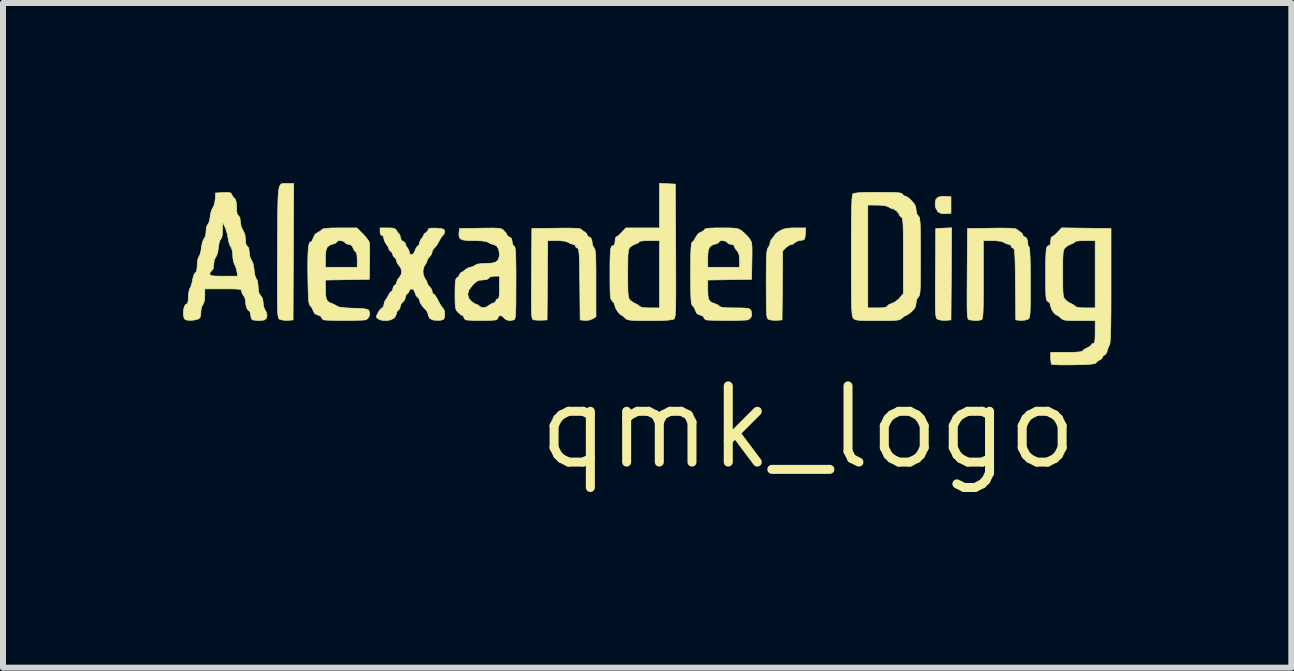
<source format=kicad_pcb>
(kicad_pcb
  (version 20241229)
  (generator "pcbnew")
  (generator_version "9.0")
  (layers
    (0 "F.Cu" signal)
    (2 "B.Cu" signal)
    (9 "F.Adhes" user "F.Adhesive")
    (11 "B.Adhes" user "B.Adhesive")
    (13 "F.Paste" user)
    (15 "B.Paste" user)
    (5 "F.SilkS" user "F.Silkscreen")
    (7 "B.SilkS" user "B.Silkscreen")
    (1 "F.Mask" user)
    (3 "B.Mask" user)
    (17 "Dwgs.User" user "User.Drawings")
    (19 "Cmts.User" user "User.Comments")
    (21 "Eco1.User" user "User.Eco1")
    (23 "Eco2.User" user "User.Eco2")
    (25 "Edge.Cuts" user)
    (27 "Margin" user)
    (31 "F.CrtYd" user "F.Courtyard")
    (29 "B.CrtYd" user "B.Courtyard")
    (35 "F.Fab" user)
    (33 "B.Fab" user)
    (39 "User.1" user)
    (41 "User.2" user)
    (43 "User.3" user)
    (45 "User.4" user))
  (footprint "qmk_logo"
    (layer "F.Cu")
    (at 10.417 4.071)
    (property "Reference" "qmk_logo" (at 0 0 0) (layer "F.SilkS") (effects (font (size 1.27 1.27) (thickness 0.15))))
    (attr through_hole)
    (fp_poly (pts (xy 2.292 -3.848) (xy 2.381 -3.842) (xy 2.381 -3.567) (xy 2.292 -3.56) (xy 2.222 -3.562) (xy 2.173 -3.585) (xy 2.16 -3.597) (xy 2.124 -3.662) (xy 2.117 -3.725) (xy 2.127 -3.793) (xy 2.163 -3.833) (xy 2.228 -3.849) (xy 2.292 -3.848)) (stroke (width 0.01) (type solid)) (fill yes) (layer "F.SilkS"))
    (fp_poly (pts (xy 2.387 -2.557) (xy 2.381 -1.789) (xy 2.286 -1.782) (xy 2.216 -1.785) (xy 2.162 -1.798) (xy 2.153 -1.804) (xy 2.143 -1.813) (xy 2.136 -1.829) (xy 2.129 -1.856) (xy 2.125 -1.897) (xy 2.122 -1.958) (xy 2.12 -2.042) (xy 2.12 -2.153) (xy 2.12 -2.296) (xy 2.121 -2.476) (xy 2.122 -2.572) (xy 2.127 -3.313) (xy 2.26 -3.319) (xy 2.392 -3.325) (xy 2.387 -2.557)) (stroke (width 0.01) (type solid)) (fill yes) (layer "F.SilkS"))
    (fp_poly (pts (xy -8.698 -4.064) (xy -8.673 -4.064) (xy -8.572 -4.064) (xy -8.578 -2.926) (xy -8.583 -1.789) (xy -8.678 -1.782) (xy -8.749 -1.785) (xy -8.802 -1.798) (xy -8.811 -1.804) (xy -8.82 -1.812) (xy -8.827 -1.825) (xy -8.832 -1.848) (xy -8.837 -1.882) (xy -8.84 -1.932) (xy -8.843 -2.002) (xy -8.844 -2.094) (xy -8.845 -2.212) (xy -8.845 -2.36) (xy -8.845 -2.541) (xy -8.844 -2.758) (xy -8.843 -2.927) (xy -8.842 -3.176) (xy -8.841 -3.386) (xy -8.839 -3.56) (xy -8.837 -3.701) (xy -8.834 -3.814) (xy -8.828 -3.9) (xy -8.821 -3.965) (xy -8.81 -4.01) (xy -8.796 -4.039) (xy -8.779 -4.056) (xy -8.757 -4.063) (xy -8.73 -4.065) (xy -8.698 -4.064)) (stroke (width 0.01) (type solid)) (fill yes) (layer "F.SilkS"))
    (fp_poly (pts (xy -0.046 -3.223) (xy -0.052 -3.162) (xy -0.065 -3.131) (xy -0.094 -3.119) (xy -0.127 -3.115) (xy -0.182 -3.102) (xy -0.216 -3.081) (xy -0.218 -3.078) (xy -0.251 -3.053) (xy -0.275 -3.048) (xy -0.317 -3.034) (xy -0.364 -2.999) (xy -0.369 -2.994) (xy -0.423 -2.941) (xy -0.428 -2.365) (xy -0.434 -1.789) (xy -0.529 -1.783) (xy -0.596 -1.785) (xy -0.649 -1.795) (xy -0.661 -1.8) (xy -0.673 -1.81) (xy -0.681 -1.827) (xy -0.688 -1.857) (xy -0.692 -1.905) (xy -0.695 -1.974) (xy -0.697 -2.071) (xy -0.698 -2.199) (xy -0.698 -2.365) (xy -0.699 -2.391) (xy -0.698 -2.566) (xy -0.697 -2.703) (xy -0.695 -2.807) (xy -0.691 -2.883) (xy -0.686 -2.935) (xy -0.679 -2.968) (xy -0.67 -2.988) (xy -0.667 -2.992) (xy -0.64 -3.039) (xy -0.635 -3.068) (xy -0.621 -3.115) (xy -0.593 -3.154) (xy -0.562 -3.19) (xy -0.55 -3.212) (xy -0.533 -3.231) (xy -0.491 -3.261) (xy -0.467 -3.276) (xy -0.412 -3.301) (xy -0.353 -3.316) (xy -0.274 -3.322) (xy -0.212 -3.323) (xy -0.04 -3.323) (xy -0.046 -3.223)) (stroke (width 0.01) (type solid)) (fill yes) (layer "F.SilkS"))
    (fp_poly (pts (xy -3.944 -3.319) (xy -3.866 -3.316) (xy -3.816 -3.311) (xy -3.787 -3.303) (xy -3.778 -3.296) (xy -3.74 -3.264) (xy -3.72 -3.254) (xy -3.689 -3.227) (xy -3.683 -3.207) (xy -3.667 -3.179) (xy -3.654 -3.175) (xy -3.62 -3.156) (xy -3.601 -3.104) (xy -3.598 -3.066) (xy -3.584 -3.016) (xy -3.567 -2.992) (xy -3.557 -2.976) (xy -3.549 -2.948) (xy -3.543 -2.903) (xy -3.539 -2.835) (xy -3.537 -2.741) (xy -3.535 -2.615) (xy -3.535 -2.453) (xy -3.535 -2.401) (xy -3.535 -1.842) (xy -3.586 -1.809) (xy -3.651 -1.785) (xy -3.718 -1.782) (xy -3.799 -1.789) (xy -3.805 -2.387) (xy -3.807 -2.564) (xy -3.809 -2.703) (xy -3.812 -2.809) (xy -3.816 -2.885) (xy -3.821 -2.936) (xy -3.827 -2.967) (xy -3.835 -2.982) (xy -3.842 -2.985) (xy -3.87 -3.001) (xy -3.873 -3.016) (xy -3.891 -3.043) (xy -3.912 -3.048) (xy -3.959 -3.06) (xy -3.991 -3.079) (xy -4.045 -3.1) (xy -4.139 -3.11) (xy -4.185 -3.111) (xy -4.339 -3.111) (xy -4.344 -2.45) (xy -4.35 -1.789) (xy -4.445 -1.785) (xy -4.512 -1.785) (xy -4.566 -1.79) (xy -4.578 -1.792) (xy -4.587 -1.797) (xy -4.595 -1.809) (xy -4.601 -1.831) (xy -4.606 -1.869) (xy -4.609 -1.925) (xy -4.611 -2.005) (xy -4.611 -2.112) (xy -4.611 -2.251) (xy -4.61 -2.425) (xy -4.609 -2.557) (xy -4.604 -3.313) (xy -4.202 -3.318) (xy -4.054 -3.32) (xy -3.944 -3.319)) (stroke (width 0.01) (type solid)) (fill yes) (layer "F.SilkS"))
    (fp_poly (pts (xy 3.316 -3.319) (xy 3.394 -3.316) (xy 3.444 -3.311) (xy 3.473 -3.303) (xy 3.482 -3.296) (xy 3.52 -3.264) (xy 3.54 -3.254) (xy 3.571 -3.227) (xy 3.577 -3.207) (xy 3.593 -3.179) (xy 3.607 -3.175) (xy 3.64 -3.156) (xy 3.659 -3.102) (xy 3.662 -3.057) (xy 3.669 -3.018) (xy 3.683 -3.006) (xy 3.69 -2.985) (xy 3.695 -2.923) (xy 3.7 -2.822) (xy 3.703 -2.684) (xy 3.704 -2.509) (xy 3.704 -2.414) (xy 3.704 -2.24) (xy 3.704 -2.104) (xy 3.702 -2) (xy 3.7 -1.925) (xy 3.696 -1.872) (xy 3.69 -1.838) (xy 3.682 -1.818) (xy 3.672 -1.806) (xy 3.661 -1.799) (xy 3.611 -1.785) (xy 3.546 -1.782) (xy 3.539 -1.782) (xy 3.461 -1.789) (xy 3.455 -2.387) (xy 3.453 -2.564) (xy 3.451 -2.703) (xy 3.448 -2.809) (xy 3.444 -2.885) (xy 3.44 -2.936) (xy 3.433 -2.967) (xy 3.425 -2.982) (xy 3.418 -2.985) (xy 3.39 -3.001) (xy 3.387 -3.016) (xy 3.369 -3.043) (xy 3.348 -3.048) (xy 3.301 -3.06) (xy 3.269 -3.079) (xy 3.215 -3.1) (xy 3.121 -3.11) (xy 3.074 -3.111) (xy 2.921 -3.111) (xy 2.921 -2.458) (xy 2.921 -2.272) (xy 2.92 -2.125) (xy 2.919 -2.011) (xy 2.916 -1.926) (xy 2.912 -1.866) (xy 2.907 -1.827) (xy 2.9 -1.804) (xy 2.892 -1.793) (xy 2.888 -1.791) (xy 2.836 -1.782) (xy 2.765 -1.782) (xy 2.697 -1.789) (xy 2.683 -1.793) (xy 2.673 -1.797) (xy 2.665 -1.809) (xy 2.659 -1.831) (xy 2.654 -1.869) (xy 2.651 -1.925) (xy 2.649 -2.005) (xy 2.649 -2.112) (xy 2.649 -2.25) (xy 2.65 -2.424) (xy 2.651 -2.557) (xy 2.656 -3.313) (xy 3.059 -3.318) (xy 3.206 -3.32) (xy 3.316 -3.319)) (stroke (width 0.01) (type solid)) (fill yes) (layer "F.SilkS"))
    (fp_poly (pts (xy -2.212 -4.053) (xy -2.206 -2.942) (xy -2.205 -2.696) (xy -2.205 -2.489) (xy -2.204 -2.317) (xy -2.205 -2.177) (xy -2.206 -2.066) (xy -2.208 -1.98) (xy -2.211 -1.916) (xy -2.214 -1.87) (xy -2.219 -1.839) (xy -2.225 -1.82) (xy -2.232 -1.808) (xy -2.237 -1.804) (xy -2.268 -1.794) (xy -2.33 -1.786) (xy -2.425 -1.781) (xy -2.558 -1.778) (xy -2.639 -1.778) (xy -2.773 -1.778) (xy -2.871 -1.78) (xy -2.94 -1.783) (xy -2.986 -1.789) (xy -3.017 -1.798) (xy -3.037 -1.811) (xy -3.048 -1.82) (xy -3.082 -1.851) (xy -3.1 -1.863) (xy -3.129 -1.879) (xy -3.165 -1.919) (xy -3.198 -1.967) (xy -3.216 -2.009) (xy -3.217 -2.018) (xy -3.233 -2.067) (xy -3.26 -2.101) (xy -3.274 -2.116) (xy -3.285 -2.137) (xy -3.293 -2.168) (xy -3.298 -2.218) (xy -3.3 -2.291) (xy -3.302 -2.393) (xy -3.302 -2.531) (xy -3.302 -2.549) (xy -3.302 -2.561) (xy -3.006 -2.561) (xy -3.005 -2.42) (xy -3.004 -2.315) (xy -3.001 -2.24) (xy -2.996 -2.188) (xy -2.988 -2.155) (xy -2.977 -2.133) (xy -2.965 -2.119) (xy -2.918 -2.082) (xy -2.883 -2.065) (xy -2.835 -2.039) (xy -2.814 -2.021) (xy -2.782 -2.002) (xy -2.72 -1.992) (xy -2.633 -1.99) (xy -2.477 -1.99) (xy -2.477 -3.111) (xy -2.646 -3.111) (xy -2.728 -3.109) (xy -2.787 -3.103) (xy -2.814 -3.093) (xy -2.815 -3.091) (xy -2.833 -3.071) (xy -2.871 -3.056) (xy -2.93 -3.03) (xy -2.966 -3.003) (xy -2.98 -2.985) (xy -2.99 -2.961) (xy -2.997 -2.923) (xy -3.002 -2.867) (xy -3.004 -2.784) (xy -3.005 -2.67) (xy -3.006 -2.561) (xy -3.302 -2.561) (xy -3.302 -2.704) (xy -3.3 -2.822) (xy -3.296 -2.907) (xy -3.291 -2.965) (xy -3.282 -3.001) (xy -3.269 -3.02) (xy -3.253 -3.027) (xy -3.247 -3.027) (xy -3.224 -3.046) (xy -3.217 -3.101) (xy -3.212 -3.15) (xy -3.198 -3.174) (xy -3.196 -3.175) (xy -3.169 -3.189) (xy -3.128 -3.226) (xy -3.106 -3.249) (xy -3.038 -3.323) (xy -2.477 -3.323) (xy -2.477 -4.066) (xy -2.212 -4.053)) (stroke (width 0.01) (type solid)) (fill yes) (layer "F.SilkS"))
    (fp_poly (pts (xy -7.422 -3.226) (xy -7.369 -3.168) (xy -7.329 -3.115) (xy -7.312 -3.083) (xy -7.308 -3.045) (xy -7.306 -2.975) (xy -7.305 -2.881) (xy -7.307 -2.773) (xy -7.307 -2.752) (xy -7.313 -2.466) (xy -8.043 -2.454) (xy -8.043 -2.295) (xy -8.04 -2.199) (xy -8.028 -2.136) (xy -8.003 -2.097) (xy -7.96 -2.072) (xy -7.937 -2.064) (xy -7.883 -2.04) (xy -7.852 -2.02) (xy -7.814 -2.004) (xy -7.738 -1.993) (xy -7.623 -1.986) (xy -7.579 -1.985) (xy -7.47 -1.981) (xy -7.395 -1.975) (xy -7.349 -1.966) (xy -7.324 -1.953) (xy -7.318 -1.945) (xy -7.305 -1.892) (xy -7.32 -1.837) (xy -7.356 -1.797) (xy -7.371 -1.791) (xy -7.409 -1.787) (xy -7.478 -1.784) (xy -7.571 -1.781) (xy -7.676 -1.78) (xy -7.785 -1.78) (xy -7.89 -1.782) (xy -7.98 -1.784) (xy -8.046 -1.787) (xy -8.08 -1.792) (xy -8.08 -1.792) (xy -8.105 -1.819) (xy -8.107 -1.83) (xy -8.125 -1.853) (xy -8.169 -1.87) (xy -8.17 -1.87) (xy -8.222 -1.893) (xy -8.247 -1.941) (xy -8.27 -1.994) (xy -8.296 -2.025) (xy -8.307 -2.039) (xy -8.316 -2.066) (xy -8.323 -2.112) (xy -8.328 -2.181) (xy -8.332 -2.279) (xy -8.335 -2.411) (xy -8.336 -2.48) (xy -8.338 -2.666) (xy -8.337 -2.814) (xy -8.337 -2.822) (xy -8.043 -2.822) (xy -8.043 -2.667) (xy -7.514 -2.667) (xy -7.514 -2.794) (xy -7.518 -2.866) (xy -7.527 -2.91) (xy -7.536 -2.921) (xy -7.558 -2.939) (xy -7.58 -2.982) (xy -7.581 -2.985) (xy -7.608 -3.033) (xy -7.65 -3.048) (xy -7.654 -3.048) (xy -7.699 -3.06) (xy -7.718 -3.08) (xy -7.742 -3.1) (xy -7.784 -3.11) (xy -7.827 -3.11) (xy -7.851 -3.097) (xy -7.853 -3.091) (xy -7.871 -3.071) (xy -7.911 -3.056) (xy -7.974 -3.035) (xy -8.014 -3.001) (xy -8.035 -2.946) (xy -8.043 -2.862) (xy -8.043 -2.822) (xy -8.337 -2.822) (xy -8.333 -2.926) (xy -8.326 -3.006) (xy -8.316 -3.058) (xy -8.302 -3.084) (xy -8.288 -3.09) (xy -8.265 -3.109) (xy -8.248 -3.153) (xy -8.248 -3.154) (xy -8.216 -3.217) (xy -8.176 -3.244) (xy -8.128 -3.271) (xy -8.1 -3.296) (xy -8.079 -3.308) (xy -8.029 -3.316) (xy -7.947 -3.321) (xy -7.828 -3.323) (xy -7.802 -3.323) (xy -7.521 -3.323) (xy -7.422 -3.226)) (stroke (width 0.01) (type solid)) (fill yes) (layer "F.SilkS"))
    (fp_poly (pts (xy -1.331 -3.323) (xy -1.251 -3.32) (xy -1.196 -3.315) (xy -1.158 -3.304) (xy -1.126 -3.288) (xy -1.103 -3.272) (xy -1.042 -3.218) (xy -0.986 -3.156) (xy -0.982 -3.151) (xy -0.962 -3.122) (xy -0.948 -3.093) (xy -0.939 -3.056) (xy -0.935 -3.004) (xy -0.934 -2.928) (xy -0.935 -2.82) (xy -0.936 -2.773) (xy -0.942 -2.466) (xy -1.672 -2.454) (xy -1.672 -2.295) (xy -1.669 -2.197) (xy -1.656 -2.133) (xy -1.629 -2.093) (xy -1.584 -2.07) (xy -1.559 -2.063) (xy -1.508 -2.041) (xy -1.48 -2.019) (xy -1.456 -2.005) (xy -1.409 -1.996) (xy -1.332 -1.991) (xy -1.218 -1.99) (xy -1.215 -1.99) (xy -1.111 -1.989) (xy -1.04 -1.986) (xy -0.996 -1.98) (xy -0.971 -1.97) (xy -0.956 -1.953) (xy -0.951 -1.945) (xy -0.937 -1.884) (xy -0.952 -1.829) (xy -0.992 -1.794) (xy -1 -1.791) (xy -1.038 -1.787) (xy -1.107 -1.784) (xy -1.199 -1.781) (xy -1.305 -1.78) (xy -1.414 -1.78) (xy -1.519 -1.782) (xy -1.609 -1.784) (xy -1.675 -1.787) (xy -1.709 -1.792) (xy -1.709 -1.792) (xy -1.734 -1.819) (xy -1.736 -1.83) (xy -1.754 -1.853) (xy -1.798 -1.87) (xy -1.799 -1.87) (xy -1.851 -1.893) (xy -1.876 -1.941) (xy -1.898 -1.994) (xy -1.924 -2.025) (xy -1.935 -2.038) (xy -1.943 -2.061) (xy -1.949 -2.101) (xy -1.953 -2.161) (xy -1.956 -2.247) (xy -1.957 -2.365) (xy -1.958 -2.518) (xy -1.958 -2.563) (xy -1.957 -2.732) (xy -1.956 -2.822) (xy -1.672 -2.822) (xy -1.672 -2.667) (xy -1.143 -2.667) (xy -1.143 -2.783) (xy -1.148 -2.864) (xy -1.165 -2.916) (xy -1.185 -2.942) (xy -1.217 -2.984) (xy -1.228 -3.016) (xy -1.246 -3.042) (xy -1.281 -3.048) (xy -1.326 -3.059) (xy -1.347 -3.08) (xy -1.371 -3.1) (xy -1.413 -3.11) (xy -1.455 -3.11) (xy -1.48 -3.097) (xy -1.482 -3.091) (xy -1.5 -3.071) (xy -1.54 -3.056) (xy -1.603 -3.035) (xy -1.643 -3.001) (xy -1.664 -2.946) (xy -1.672 -2.862) (xy -1.672 -2.822) (xy -1.956 -2.822) (xy -1.956 -2.863) (xy -1.953 -2.959) (xy -1.948 -3.025) (xy -1.942 -3.065) (xy -1.934 -3.084) (xy -1.931 -3.085) (xy -1.905 -3.109) (xy -1.878 -3.157) (xy -1.874 -3.166) (xy -1.833 -3.226) (xy -1.792 -3.25) (xy -1.747 -3.271) (xy -1.727 -3.293) (xy -1.714 -3.306) (xy -1.68 -3.315) (xy -1.62 -3.32) (xy -1.528 -3.323) (xy -1.444 -3.323) (xy -1.331 -3.323)) (stroke (width 0.01) (type solid)) (fill yes) (layer "F.SilkS"))
    (fp_poly (pts (xy 1.308 -3.915) (xy 1.413 -3.914) (xy 1.486 -3.91) (xy 1.534 -3.905) (xy 1.561 -3.897) (xy 1.573 -3.886) (xy 1.574 -3.884) (xy 1.602 -3.856) (xy 1.619 -3.852) (xy 1.652 -3.838) (xy 1.699 -3.802) (xy 1.725 -3.776) (xy 1.776 -3.715) (xy 1.797 -3.658) (xy 1.799 -3.625) (xy 1.811 -3.557) (xy 1.836 -3.523) (xy 1.847 -3.512) (xy 1.855 -3.495) (xy 1.861 -3.465) (xy 1.866 -3.419) (xy 1.869 -3.353) (xy 1.871 -3.261) (xy 1.873 -3.139) (xy 1.873 -2.983) (xy 1.873 -2.847) (xy 1.873 -2.663) (xy 1.872 -2.517) (xy 1.871 -2.404) (xy 1.869 -2.32) (xy 1.865 -2.259) (xy 1.86 -2.219) (xy 1.853 -2.193) (xy 1.844 -2.178) (xy 1.836 -2.171) (xy 1.807 -2.125) (xy 1.799 -2.069) (xy 1.791 -2.012) (xy 1.76 -1.963) (xy 1.724 -1.928) (xy 1.676 -1.889) (xy 1.639 -1.866) (xy 1.629 -1.863) (xy 1.6 -1.849) (xy 1.566 -1.82) (xy 1.548 -1.805) (xy 1.524 -1.794) (xy 1.488 -1.786) (xy 1.434 -1.782) (xy 1.354 -1.779) (xy 1.242 -1.778) (xy 1.157 -1.778) (xy 1.022 -1.778) (xy 0.924 -1.78) (xy 0.854 -1.783) (xy 0.808 -1.789) (xy 0.779 -1.798) (xy 0.76 -1.811) (xy 0.755 -1.817) (xy 0.747 -1.829) (xy 0.74 -1.848) (xy 0.734 -1.879) (xy 0.73 -1.924) (xy 0.726 -1.987) (xy 0.726 -1.99) (xy 0.995 -1.99) (xy 1.151 -1.99) (xy 1.24 -1.992) (xy 1.294 -2.001) (xy 1.318 -2.016) (xy 1.319 -2.019) (xy 1.346 -2.045) (xy 1.393 -2.063) (xy 1.445 -2.087) (xy 1.502 -2.132) (xy 1.521 -2.151) (xy 1.587 -2.227) (xy 1.587 -2.857) (xy 1.587 -3.04) (xy 1.586 -3.185) (xy 1.585 -3.296) (xy 1.582 -3.378) (xy 1.578 -3.435) (xy 1.572 -3.472) (xy 1.565 -3.492) (xy 1.556 -3.5) (xy 1.528 -3.523) (xy 1.524 -3.534) (xy 1.508 -3.568) (xy 1.472 -3.607) (xy 1.431 -3.635) (xy 1.412 -3.641) (xy 1.374 -3.653) (xy 1.343 -3.672) (xy 1.289 -3.692) (xy 1.195 -3.702) (xy 1.148 -3.703) (xy 0.995 -3.704) (xy 0.995 -1.99) (xy 0.726 -1.99) (xy 0.724 -2.071) (xy 0.722 -2.182) (xy 0.721 -2.321) (xy 0.72 -2.493) (xy 0.72 -2.701) (xy 0.72 -2.86) (xy 0.72 -3.109) (xy 0.721 -3.318) (xy 0.722 -3.491) (xy 0.725 -3.628) (xy 0.728 -3.734) (xy 0.732 -3.811) (xy 0.737 -3.86) (xy 0.743 -3.886) (xy 0.745 -3.89) (xy 0.771 -3.9) (xy 0.829 -3.908) (xy 0.921 -3.913) (xy 1.051 -3.915) (xy 1.166 -3.916) (xy 1.308 -3.915)) (stroke (width 0.01) (type solid)) (fill yes) (layer "F.SilkS"))
    (fp_poly (pts (xy 4.637 -3.318) (xy 5.048 -3.313) (xy 5.048 -2.358) (xy 5.048 -2.107) (xy 5.047 -1.896) (xy 5.045 -1.724) (xy 5.042 -1.589) (xy 5.038 -1.488) (xy 5.033 -1.419) (xy 5.028 -1.382) (xy 5.024 -1.374) (xy 5.003 -1.333) (xy 4.986 -1.275) (xy 4.986 -1.275) (xy 4.967 -1.228) (xy 4.943 -1.207) (xy 4.941 -1.206) (xy 4.914 -1.189) (xy 4.911 -1.174) (xy 4.893 -1.143) (xy 4.86 -1.123) (xy 4.818 -1.098) (xy 4.8 -1.076) (xy 4.786 -1.065) (xy 4.749 -1.056) (xy 4.683 -1.05) (xy 4.586 -1.045) (xy 4.451 -1.041) (xy 4.432 -1.041) (xy 4.313 -1.04) (xy 4.209 -1.04) (xy 4.127 -1.043) (xy 4.074 -1.046) (xy 4.058 -1.05) (xy 4.049 -1.079) (xy 4.043 -1.134) (xy 4.043 -1.157) (xy 4.043 -1.249) (xy 4.307 -1.249) (xy 4.42 -1.25) (xy 4.505 -1.255) (xy 4.557 -1.262) (xy 4.572 -1.27) (xy 4.59 -1.291) (xy 4.633 -1.316) (xy 4.646 -1.322) (xy 4.694 -1.347) (xy 4.719 -1.37) (xy 4.72 -1.375) (xy 4.737 -1.394) (xy 4.752 -1.397) (xy 4.767 -1.404) (xy 4.777 -1.432) (xy 4.782 -1.486) (xy 4.784 -1.574) (xy 4.784 -1.587) (xy 4.784 -1.778) (xy 4.519 -1.778) (xy 4.407 -1.779) (xy 4.329 -1.781) (xy 4.277 -1.787) (xy 4.244 -1.797) (xy 4.22 -1.813) (xy 4.212 -1.82) (xy 4.177 -1.851) (xy 4.157 -1.863) (xy 4.123 -1.88) (xy 4.085 -1.922) (xy 4.055 -1.973) (xy 4.043 -2.015) (xy 4.027 -2.072) (xy 4 -2.095) (xy 3.986 -2.105) (xy 3.975 -2.121) (xy 3.968 -2.149) (xy 3.963 -2.194) (xy 3.96 -2.262) (xy 3.959 -2.359) (xy 3.958 -2.491) (xy 3.958 -2.539) (xy 3.958 -2.561) (xy 4.244 -2.561) (xy 4.244 -2.561) (xy 4.244 -2.423) (xy 4.245 -2.321) (xy 4.248 -2.248) (xy 4.253 -2.198) (xy 4.261 -2.166) (xy 4.273 -2.143) (xy 4.288 -2.125) (xy 4.289 -2.124) (xy 4.337 -2.086) (xy 4.377 -2.065) (xy 4.426 -2.039) (xy 4.446 -2.021) (xy 4.478 -2.002) (xy 4.54 -1.992) (xy 4.628 -1.99) (xy 4.784 -1.99) (xy 4.784 -3.111) (xy 4.614 -3.111) (xy 4.533 -3.109) (xy 4.473 -3.103) (xy 4.446 -3.093) (xy 4.445 -3.091) (xy 4.427 -3.071) (xy 4.389 -3.056) (xy 4.331 -3.03) (xy 4.288 -2.997) (xy 4.273 -2.979) (xy 4.261 -2.957) (xy 4.253 -2.924) (xy 4.248 -2.875) (xy 4.245 -2.802) (xy 4.244 -2.7) (xy 4.244 -2.561) (xy 3.958 -2.561) (xy 3.959 -2.696) (xy 3.96 -2.815) (xy 3.964 -2.903) (xy 3.969 -2.962) (xy 3.978 -2.999) (xy 3.99 -3.019) (xy 4.006 -3.026) (xy 4.013 -3.027) (xy 4.036 -3.046) (xy 4.043 -3.101) (xy 4.048 -3.15) (xy 4.061 -3.174) (xy 4.064 -3.175) (xy 4.09 -3.189) (xy 4.132 -3.225) (xy 4.156 -3.25) (xy 4.226 -3.324) (xy 4.637 -3.318)) (stroke (width 0.01) (type solid)) (fill yes) (layer "F.SilkS"))
    (fp_poly (pts (xy -5.178 -3.318) (xy -5.134 -3.313) (xy -5.105 -3.304) (xy -5.084 -3.29) (xy -5.068 -3.276) (xy -5.033 -3.236) (xy -5.017 -3.205) (xy -5.017 -3.204) (xy -4.999 -3.18) (xy -4.974 -3.169) (xy -4.941 -3.145) (xy -4.932 -3.095) (xy -4.922 -3.043) (xy -4.9 -3.019) (xy -4.891 -3.011) (xy -4.883 -2.99) (xy -4.878 -2.952) (xy -4.874 -2.894) (xy -4.871 -2.81) (xy -4.869 -2.696) (xy -4.868 -2.548) (xy -4.868 -2.405) (xy -4.869 -2.228) (xy -4.869 -2.089) (xy -4.871 -1.982) (xy -4.874 -1.905) (xy -4.878 -1.852) (xy -4.884 -1.818) (xy -4.892 -1.799) (xy -4.901 -1.791) (xy -4.902 -1.791) (xy -4.973 -1.778) (xy -5.034 -1.793) (xy -5.064 -1.82) (xy -5.096 -1.851) (xy -5.134 -1.862) (xy -5.16 -1.85) (xy -5.165 -1.833) (xy -5.182 -1.801) (xy -5.198 -1.791) (xy -5.233 -1.786) (xy -5.299 -1.782) (xy -5.385 -1.78) (xy -5.479 -1.78) (xy -5.57 -1.781) (xy -5.646 -1.785) (xy -5.697 -1.789) (xy -5.71 -1.792) (xy -5.734 -1.82) (xy -5.736 -1.833) (xy -5.75 -1.86) (xy -5.76 -1.863) (xy -5.79 -1.877) (xy -5.83 -1.912) (xy -5.834 -1.917) (xy -5.856 -1.942) (xy -5.87 -1.971) (xy -5.878 -2.011) (xy -5.883 -2.071) (xy -5.884 -2.16) (xy -5.884 -2.215) (xy -5.673 -2.215) (xy -5.653 -2.148) (xy -5.617 -2.105) (xy -5.573 -2.07) (xy -5.538 -2.053) (xy -5.535 -2.053) (xy -5.5 -2.038) (xy -5.482 -2.021) (xy -5.434 -1.993) (xy -5.372 -2) (xy -5.319 -2.032) (xy -5.272 -2.062) (xy -5.236 -2.074) (xy -5.236 -2.074) (xy -5.21 -2.091) (xy -5.207 -2.106) (xy -5.19 -2.134) (xy -5.175 -2.138) (xy -5.16 -2.145) (xy -5.15 -2.172) (xy -5.145 -2.226) (xy -5.144 -2.314) (xy -5.144 -2.328) (xy -5.144 -2.519) (xy -5.226 -2.519) (xy -5.292 -2.51) (xy -5.32 -2.487) (xy -5.352 -2.463) (xy -5.421 -2.455) (xy -5.479 -2.451) (xy -5.524 -2.431) (xy -5.574 -2.388) (xy -5.591 -2.37) (xy -5.653 -2.288) (xy -5.673 -2.215) (xy -5.884 -2.215) (xy -5.884 -2.224) (xy -5.883 -2.336) (xy -5.88 -2.412) (xy -5.873 -2.459) (xy -5.862 -2.483) (xy -5.853 -2.49) (xy -5.821 -2.518) (xy -5.81 -2.542) (xy -5.791 -2.575) (xy -5.777 -2.582) (xy -5.749 -2.596) (xy -5.715 -2.625) (xy -5.668 -2.656) (xy -5.629 -2.667) (xy -5.578 -2.682) (xy -5.553 -2.699) (xy -5.513 -2.719) (xy -5.44 -2.729) (xy -5.375 -2.731) (xy -5.271 -2.736) (xy -5.202 -2.756) (xy -5.162 -2.795) (xy -5.145 -2.856) (xy -5.144 -2.891) (xy -5.157 -2.969) (xy -5.192 -3.024) (xy -5.245 -3.048) (xy -5.252 -3.048) (xy -5.293 -3.06) (xy -5.325 -3.079) (xy -5.364 -3.096) (xy -5.431 -3.106) (xy -5.533 -3.111) (xy -5.57 -3.111) (xy -5.678 -3.113) (xy -5.752 -3.122) (xy -5.795 -3.141) (xy -5.815 -3.174) (xy -5.819 -3.222) (xy -5.817 -3.242) (xy -5.81 -3.313) (xy -5.465 -3.318) (xy -5.336 -3.32) (xy -5.243 -3.321) (xy -5.178 -3.318)) (stroke (width 0.01) (type solid)) (fill yes) (layer "F.SilkS"))
    (fp_poly (pts (xy -6.931 -3.321) (xy -6.888 -3.311) (xy -6.867 -3.293) (xy -6.864 -3.286) (xy -6.838 -3.245) (xy -6.823 -3.232) (xy -6.801 -3.2) (xy -6.795 -3.165) (xy -6.778 -3.117) (xy -6.752 -3.101) (xy -6.718 -3.077) (xy -6.71 -3.056) (xy -6.696 -3.015) (xy -6.678 -2.992) (xy -6.652 -2.947) (xy -6.646 -2.919) (xy -6.634 -2.884) (xy -6.607 -2.876) (xy -6.575 -2.895) (xy -6.553 -2.937) (xy -6.551 -2.944) (xy -6.532 -2.993) (xy -6.507 -3.02) (xy -6.507 -3.02) (xy -6.481 -3.048) (xy -6.477 -3.07) (xy -6.463 -3.116) (xy -6.445 -3.14) (xy -6.419 -3.176) (xy -6.413 -3.194) (xy -6.397 -3.222) (xy -6.371 -3.243) (xy -6.338 -3.275) (xy -6.329 -3.298) (xy -6.317 -3.313) (xy -6.275 -3.32) (xy -6.199 -3.319) (xy -6.197 -3.319) (xy -6.122 -3.313) (xy -6.08 -3.303) (xy -6.061 -3.286) (xy -6.057 -3.272) (xy -6.064 -3.227) (xy -6.078 -3.208) (xy -6.109 -3.172) (xy -6.133 -3.133) (xy -6.185 -3.039) (xy -6.23 -2.985) (xy -6.239 -2.978) (xy -6.261 -2.945) (xy -6.265 -2.92) (xy -6.281 -2.875) (xy -6.308 -2.842) (xy -6.34 -2.804) (xy -6.35 -2.775) (xy -6.363 -2.736) (xy -6.384 -2.707) (xy -6.407 -2.661) (xy -6.418 -2.599) (xy -6.418 -2.593) (xy -6.409 -2.531) (xy -6.386 -2.482) (xy -6.384 -2.479) (xy -6.357 -2.437) (xy -6.35 -2.411) (xy -6.335 -2.375) (xy -6.308 -2.344) (xy -6.275 -2.301) (xy -6.265 -2.265) (xy -6.257 -2.231) (xy -6.245 -2.223) (xy -6.229 -2.214) (xy -6.206 -2.185) (xy -6.174 -2.128) (xy -6.134 -2.053) (xy -6.104 -2.006) (xy -6.079 -1.978) (xy -6.06 -1.94) (xy -6.057 -1.872) (xy -6.064 -1.82) (xy -6.081 -1.794) (xy -6.122 -1.785) (xy -6.153 -1.782) (xy -6.243 -1.786) (xy -6.302 -1.812) (xy -6.328 -1.858) (xy -6.329 -1.869) (xy -6.344 -1.921) (xy -6.366 -1.951) (xy -6.424 -2.014) (xy -6.464 -2.075) (xy -6.477 -2.119) (xy -6.492 -2.156) (xy -6.507 -2.166) (xy -6.532 -2.193) (xy -6.551 -2.242) (xy -6.551 -2.242) (xy -6.573 -2.293) (xy -6.606 -2.307) (xy -6.639 -2.293) (xy -6.646 -2.275) (xy -6.663 -2.239) (xy -6.678 -2.23) (xy -6.703 -2.202) (xy -6.71 -2.167) (xy -6.727 -2.117) (xy -6.752 -2.091) (xy -6.786 -2.05) (xy -6.795 -2.016) (xy -6.807 -1.973) (xy -6.826 -1.955) (xy -6.853 -1.926) (xy -6.858 -1.903) (xy -6.872 -1.858) (xy -6.9 -1.82) (xy -6.955 -1.79) (xy -7.03 -1.778) (xy -7.107 -1.784) (xy -7.165 -1.807) (xy -7.19 -1.828) (xy -7.194 -1.85) (xy -7.178 -1.888) (xy -7.165 -1.913) (xy -7.133 -1.961) (xy -7.103 -1.988) (xy -7.097 -1.99) (xy -7.076 -2.008) (xy -7.07 -2.041) (xy -7.059 -2.093) (xy -7.043 -2.12) (xy -7.015 -2.16) (xy -6.99 -2.207) (xy -6.966 -2.248) (xy -6.943 -2.265) (xy -6.926 -2.283) (xy -6.921 -2.308) (xy -6.908 -2.349) (xy -6.89 -2.363) (xy -6.863 -2.392) (xy -6.858 -2.415) (xy -6.843 -2.459) (xy -6.816 -2.492) (xy -6.782 -2.545) (xy -6.773 -2.593) (xy -6.789 -2.658) (xy -6.816 -2.694) (xy -6.848 -2.737) (xy -6.858 -2.773) (xy -6.872 -2.814) (xy -6.89 -2.829) (xy -6.917 -2.858) (xy -6.921 -2.879) (xy -6.937 -2.917) (xy -6.953 -2.929) (xy -6.981 -2.955) (xy -6.985 -2.97) (xy -6.998 -3.006) (xy -7.027 -3.048) (xy -7.058 -3.1) (xy -7.07 -3.146) (xy -7.081 -3.187) (xy -7.101 -3.196) (xy -7.127 -3.215) (xy -7.133 -3.26) (xy -7.133 -3.323) (xy -7.006 -3.323) (xy -6.931 -3.321)) (stroke (width 0.01) (type solid)) (fill yes) (layer "F.SilkS"))
    (fp_poly (pts (xy -9.623 -3.906) (xy -9.61 -3.891) (xy -9.61 -3.89) (xy -9.595 -3.856) (xy -9.567 -3.825) (xy -9.542 -3.794) (xy -9.529 -3.746) (xy -9.525 -3.669) (xy -9.525 -3.664) (xy -9.521 -3.586) (xy -9.51 -3.542) (xy -9.493 -3.527) (xy -9.469 -3.495) (xy -9.461 -3.428) (xy -9.447 -3.338) (xy -9.419 -3.287) (xy -9.385 -3.214) (xy -9.377 -3.132) (xy -9.371 -3.06) (xy -9.353 -3.024) (xy -9.345 -3.019) (xy -9.321 -2.988) (xy -9.313 -2.918) (xy -9.303 -2.842) (xy -9.278 -2.79) (xy -9.253 -2.74) (xy -9.236 -2.659) (xy -9.233 -2.624) (xy -9.223 -2.55) (xy -9.207 -2.495) (xy -9.194 -2.474) (xy -9.175 -2.436) (xy -9.166 -2.366) (xy -9.165 -2.341) (xy -9.16 -2.265) (xy -9.142 -2.218) (xy -9.123 -2.196) (xy -9.09 -2.145) (xy -9.081 -2.073) (xy -9.073 -2.008) (xy -9.053 -1.961) (xy -9.049 -1.955) (xy -9.025 -1.911) (xy -9.017 -1.862) (xy -9.028 -1.815) (xy -9.065 -1.788) (xy -9.133 -1.779) (xy -9.199 -1.782) (xy -9.253 -1.789) (xy -9.277 -1.808) (xy -9.287 -1.852) (xy -9.288 -1.868) (xy -9.3 -1.923) (xy -9.32 -1.947) (xy -9.323 -1.947) (xy -9.345 -1.966) (xy -9.364 -2.016) (xy -9.375 -2.082) (xy -9.377 -2.121) (xy -9.391 -2.17) (xy -9.409 -2.194) (xy -9.435 -2.239) (xy -9.44 -2.266) (xy -9.443 -2.282) (xy -9.454 -2.293) (xy -9.482 -2.301) (xy -9.531 -2.305) (xy -9.608 -2.307) (xy -9.72 -2.307) (xy -9.747 -2.307) (xy -10.054 -2.307) (xy -10.054 -2.192) (xy -10.061 -2.105) (xy -10.081 -2.051) (xy -10.086 -2.046) (xy -10.107 -2.004) (xy -10.118 -1.944) (xy -10.118 -1.933) (xy -10.123 -1.872) (xy -10.134 -1.827) (xy -10.137 -1.823) (xy -10.171 -1.801) (xy -10.23 -1.787) (xy -10.297 -1.782) (xy -10.356 -1.787) (xy -10.388 -1.802) (xy -10.406 -1.842) (xy -10.412 -1.9) (xy -10.407 -1.964) (xy -10.392 -2.018) (xy -10.37 -2.05) (xy -10.358 -2.053) (xy -10.34 -2.067) (xy -10.331 -2.113) (xy -10.329 -2.165) (xy -10.324 -2.237) (xy -10.31 -2.297) (xy -10.3 -2.318) (xy -10.28 -2.364) (xy -10.262 -2.431) (xy -10.257 -2.462) (xy -10.242 -2.525) (xy -10.225 -2.559) (xy -9.97 -2.559) (xy -9.966 -2.541) (xy -9.952 -2.53) (xy -9.919 -2.523) (xy -9.86 -2.52) (xy -9.767 -2.519) (xy -9.738 -2.519) (xy -9.506 -2.519) (xy -9.519 -2.598) (xy -9.535 -2.663) (xy -9.557 -2.715) (xy -9.56 -2.719) (xy -9.577 -2.765) (xy -9.587 -2.832) (xy -9.588 -2.866) (xy -9.596 -2.946) (xy -9.616 -3.001) (xy -9.621 -3.006) (xy -9.642 -3.048) (xy -9.66 -3.113) (xy -9.666 -3.153) (xy -9.682 -3.235) (xy -9.707 -3.313) (xy -9.719 -3.34) (xy -9.758 -3.417) (xy -9.758 -3.286) (xy -9.763 -3.198) (xy -9.778 -3.148) (xy -9.787 -3.139) (xy -9.806 -3.108) (xy -9.82 -3.046) (xy -9.826 -3.001) (xy -9.838 -2.919) (xy -9.859 -2.857) (xy -9.871 -2.84) (xy -9.896 -2.788) (xy -9.906 -2.714) (xy -9.906 -2.712) (xy -9.914 -2.642) (xy -9.938 -2.611) (xy -9.965 -2.582) (xy -9.97 -2.559) (xy -10.225 -2.559) (xy -10.221 -2.567) (xy -10.211 -2.575) (xy -10.191 -2.601) (xy -10.182 -2.663) (xy -10.181 -2.7) (xy -10.176 -2.774) (xy -10.162 -2.827) (xy -10.153 -2.84) (xy -10.135 -2.876) (xy -10.119 -2.938) (xy -10.11 -2.995) (xy -10.097 -3.07) (xy -10.078 -3.126) (xy -10.064 -3.146) (xy -10.042 -3.186) (xy -10.033 -3.257) (xy -10.033 -3.266) (xy -10.027 -3.336) (xy -10.009 -3.377) (xy -10.004 -3.38) (xy -9.986 -3.41) (xy -9.971 -3.467) (xy -9.965 -3.509) (xy -9.953 -3.58) (xy -9.933 -3.637) (xy -9.921 -3.657) (xy -9.9 -3.699) (xy -9.885 -3.765) (xy -9.881 -3.8) (xy -9.874 -3.905) (xy -9.742 -3.912) (xy -9.665 -3.913) (xy -9.623 -3.906)) (stroke (width 0.01) (type solid)) (fill yes) (layer "F.SilkS")))
  (gr_rect
    (start -3 -3)
    (end 18.47 8.077)
    (stroke (width 0.1) (type default))
    (fill no)
    (layer "Edge.Cuts")))
</source>
